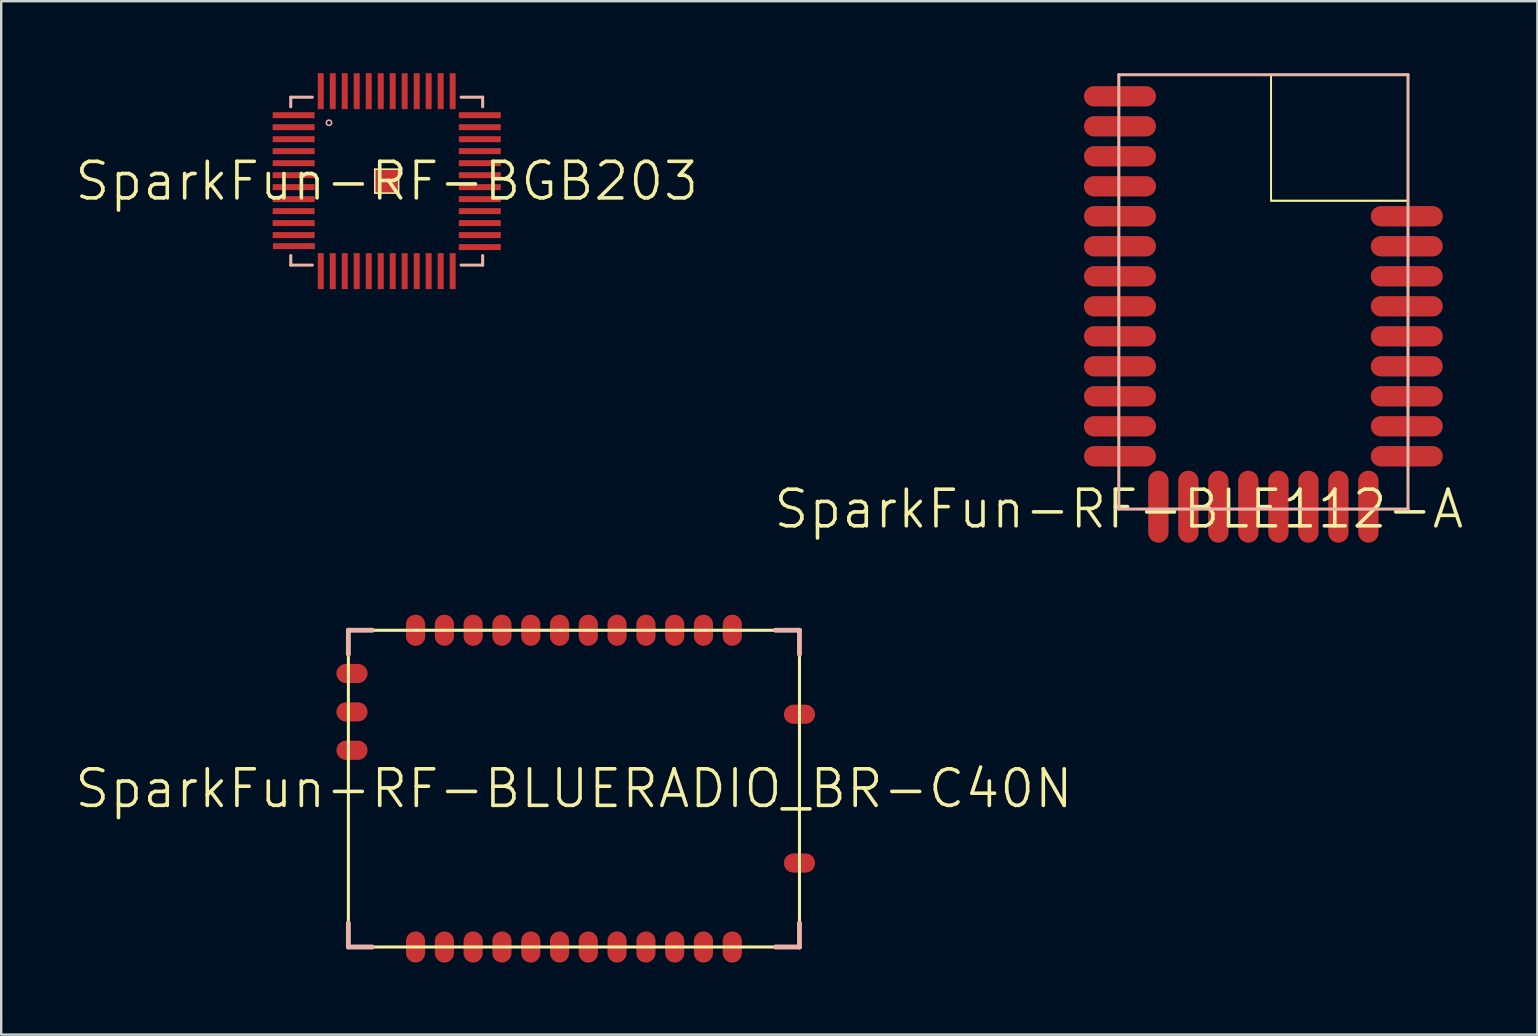
<source format=kicad_pcb>
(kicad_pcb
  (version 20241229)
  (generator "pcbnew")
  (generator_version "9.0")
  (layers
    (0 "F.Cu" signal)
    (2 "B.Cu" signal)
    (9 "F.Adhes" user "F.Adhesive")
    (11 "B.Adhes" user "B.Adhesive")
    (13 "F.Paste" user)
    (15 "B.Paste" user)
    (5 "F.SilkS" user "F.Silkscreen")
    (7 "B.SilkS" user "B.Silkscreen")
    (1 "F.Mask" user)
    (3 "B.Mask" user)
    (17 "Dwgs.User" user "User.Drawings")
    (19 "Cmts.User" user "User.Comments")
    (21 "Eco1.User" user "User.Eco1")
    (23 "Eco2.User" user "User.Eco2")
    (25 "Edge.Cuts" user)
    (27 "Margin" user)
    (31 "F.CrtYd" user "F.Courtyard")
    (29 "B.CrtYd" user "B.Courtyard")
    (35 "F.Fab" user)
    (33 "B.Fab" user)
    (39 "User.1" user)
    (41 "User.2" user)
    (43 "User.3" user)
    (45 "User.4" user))
  (footprint "SparkFun-RF-BGB203"
    (layer "F.Cu")
    (at 13.063 4.498)
    (property "Reference" "SparkFun-RF-BGB203" (at 0 0 0) (layer "F.SilkS") (effects (font (size 1.524 1.524) (thickness 0.15))))
    (attr smd)
    (fp_line (start -0.498 -0.498) (end 0.498 -0.498) (stroke (width 0.066) (type solid)) (layer "F.SilkS"))
    (fp_line (start -0.498 0.498) (end -0.498 -0.498) (stroke (width 0.066) (type solid)) (layer "F.SilkS"))
    (fp_line (start -0.498 0.498) (end 0.498 0.498) (stroke (width 0.066) (type solid)) (layer "F.SilkS"))
    (fp_line (start 0.498 0.498) (end 0.498 -0.498) (stroke (width 0.066) (type solid)) (layer "F.SilkS"))
    (fp_line (start -3.998 -3.498) (end -3.998 -3.099) (stroke (width 0.127) (type solid)) (layer "B.SilkS"))
    (fp_line (start -3.998 -3.498) (end -3.099 -3.498) (stroke (width 0.127) (type solid)) (layer "B.SilkS"))
    (fp_line (start -3.998 3.498) (end -3.998 3.099) (stroke (width 0.127) (type solid)) (layer "B.SilkS"))
    (fp_line (start -3.998 3.498) (end -3.099 3.498) (stroke (width 0.127) (type solid)) (layer "B.SilkS"))
    (fp_line (start 3.998 -3.498) (end 3.099 -3.498) (stroke (width 0.127) (type solid)) (layer "B.SilkS"))
    (fp_line (start 3.998 -3.498) (end 3.998 -3.099) (stroke (width 0.127) (type solid)) (layer "B.SilkS"))
    (fp_line (start 3.998 3.498) (end 3.099 3.498) (stroke (width 0.127) (type solid)) (layer "B.SilkS"))
    (fp_line (start 3.998 3.498) (end 3.998 3.099) (stroke (width 0.127) (type solid)) (layer "B.SilkS"))
    (fp_circle (center -2.405 -2.433) (end -2.484 -2.512) (stroke (width 0.064) (type solid)) (fill no) (layer "B.SilkS"))
    (pad "1" smd rect (at -3.879 -2.748 90) (size 0.249 1.748) (layers "F.Cu" "F.Mask" "F.Paste"))
    (pad "2" smd rect (at -3.879 -2.248 90) (size 0.249 1.748) (layers "F.Cu" "F.Mask" "F.Paste"))
    (pad "3" smd rect (at -3.879 -1.748 90) (size 0.249 1.748) (layers "F.Cu" "F.Mask" "F.Paste"))
    (pad "4" smd rect (at -3.879 -1.25 90) (size 0.249 1.748) (layers "F.Cu" "F.Mask" "F.Paste"))
    (pad "5" smd rect (at -3.879 -0.749 90) (size 0.249 1.748) (layers "F.Cu" "F.Mask" "F.Paste"))
    (pad "6" smd rect (at -3.879 -0.249 90) (size 0.249 1.748) (layers "F.Cu" "F.Mask" "F.Paste"))
    (pad "7" smd rect (at -3.879 0.249 90) (size 0.249 1.748) (layers "F.Cu" "F.Mask" "F.Paste"))
    (pad "8" smd rect (at -3.879 0.749 90) (size 0.249 1.748) (layers "F.Cu" "F.Mask" "F.Paste"))
    (pad "9" smd rect (at -3.879 1.25 90) (size 0.249 1.748) (layers "F.Cu" "F.Mask" "F.Paste"))
    (pad "10" smd rect (at -3.879 1.748 90) (size 0.249 1.748) (layers "F.Cu" "F.Mask" "F.Paste"))
    (pad "11" smd rect (at -3.879 2.248 90) (size 0.249 1.748) (layers "F.Cu" "F.Mask" "F.Paste"))
    (pad "12" smd rect (at -3.868 2.708 90) (size 0.249 1.748) (layers "F.Cu" "F.Mask" "F.Paste"))
    (pad "13" smd rect (at -2.748 3.749 180) (size 0.249 1.499) (layers "F.Cu" "F.Mask" "F.Paste"))
    (pad "14" smd rect (at -2.248 3.749 180) (size 0.249 1.499) (layers "F.Cu" "F.Mask" "F.Paste"))
    (pad "15" smd rect (at -1.748 3.749 180) (size 0.249 1.499) (layers "F.Cu" "F.Mask" "F.Paste"))
    (pad "16" smd rect (at -1.25 3.749 180) (size 0.249 1.499) (layers "F.Cu" "F.Mask" "F.Paste"))
    (pad "17" smd rect (at -0.749 3.749 180) (size 0.249 1.499) (layers "F.Cu" "F.Mask" "F.Paste"))
    (pad "18" smd rect (at -0.249 3.749 180) (size 0.249 1.499) (layers "F.Cu" "F.Mask" "F.Paste"))
    (pad "19" smd rect (at 0.249 3.749 180) (size 0.249 1.499) (layers "F.Cu" "F.Mask" "F.Paste"))
    (pad "20" smd rect (at 0.749 3.749 180) (size 0.249 1.499) (layers "F.Cu" "F.Mask" "F.Paste"))
    (pad "21" smd rect (at 1.25 3.749 180) (size 0.249 1.499) (layers "F.Cu" "F.Mask" "F.Paste"))
    (pad "22" smd rect (at 1.748 3.749 180) (size 0.249 1.499) (layers "F.Cu" "F.Mask" "F.Paste"))
    (pad "23" smd rect (at 2.248 3.749 180) (size 0.249 1.499) (layers "F.Cu" "F.Mask" "F.Paste"))
    (pad "24" smd rect (at 2.748 3.749 180) (size 0.249 1.499) (layers "F.Cu" "F.Mask" "F.Paste"))
    (pad "25" smd rect (at 3.879 2.748 90) (size 0.249 1.748) (layers "F.Cu" "F.Mask" "F.Paste"))
    (pad "26" smd rect (at 3.879 2.248 90) (size 0.249 1.748) (layers "F.Cu" "F.Mask" "F.Paste"))
    (pad "27" smd rect (at 3.879 1.748 90) (size 0.249 1.748) (layers "F.Cu" "F.Mask" "F.Paste"))
    (pad "28" smd rect (at 3.879 1.25 90) (size 0.249 1.748) (layers "F.Cu" "F.Mask" "F.Paste"))
    (pad "29" smd rect (at 3.879 0.749 90) (size 0.249 1.748) (layers "F.Cu" "F.Mask" "F.Paste"))
    (pad "30" smd rect (at 3.879 0.249 90) (size 0.249 1.748) (layers "F.Cu" "F.Mask" "F.Paste"))
    (pad "31" smd rect (at 3.879 -0.249 90) (size 0.249 1.748) (layers "F.Cu" "F.Mask" "F.Paste"))
    (pad "32" smd rect (at 3.879 -0.749 90) (size 0.249 1.748) (layers "F.Cu" "F.Mask" "F.Paste"))
    (pad "33" smd rect (at 3.879 -1.25 90) (size 0.249 1.748) (layers "F.Cu" "F.Mask" "F.Paste"))
    (pad "34" smd rect (at 3.879 -1.748 90) (size 0.249 1.748) (layers "F.Cu" "F.Mask" "F.Paste"))
    (pad "35" smd rect (at 3.879 -2.248 90) (size 0.249 1.748) (layers "F.Cu" "F.Mask" "F.Paste"))
    (pad "36" smd rect (at 3.879 -2.748 90) (size 0.249 1.748) (layers "F.Cu" "F.Mask" "F.Paste"))
    (pad "37" smd rect (at 2.748 -3.749 180) (size 0.249 1.499) (layers "F.Cu" "F.Mask" "F.Paste"))
    (pad "38" smd rect (at 2.248 -3.749 180) (size 0.249 1.499) (layers "F.Cu" "F.Mask" "F.Paste"))
    (pad "39" smd rect (at 1.748 -3.749 180) (size 0.249 1.499) (layers "F.Cu" "F.Mask" "F.Paste"))
    (pad "40" smd rect (at 1.25 -3.749 180) (size 0.249 1.499) (layers "F.Cu" "F.Mask" "F.Paste"))
    (pad "41" smd rect (at 0.749 -3.749 180) (size 0.249 1.499) (layers "F.Cu" "F.Mask" "F.Paste"))
    (pad "42" smd rect (at 0.249 -3.749 180) (size 0.249 1.499) (layers "F.Cu" "F.Mask" "F.Paste"))
    (pad "43" smd rect (at -0.249 -3.749 180) (size 0.249 1.499) (layers "F.Cu" "F.Mask" "F.Paste"))
    (pad "44" smd rect (at -0.749 -3.749 180) (size 0.249 1.499) (layers "F.Cu" "F.Mask" "F.Paste"))
    (pad "45" smd rect (at -1.25 -3.749 180) (size 0.249 1.499) (layers "F.Cu" "F.Mask" "F.Paste"))
    (pad "46" smd rect (at -1.748 -3.749 180) (size 0.249 1.499) (layers "F.Cu" "F.Mask" "F.Paste"))
    (pad "47" smd rect (at -2.248 -3.749 180) (size 0.249 1.499) (layers "F.Cu" "F.Mask" "F.Paste"))
    (pad "48" smd rect (at -2.748 -3.749 180) (size 0.249 1.499) (layers "F.Cu" "F.Mask" "F.Paste"))
    (pad "49" smd rect (at 0 0) (size 0.998 0.998) (layers "F.Cu" "F.Mask" "F.Paste")))
  (footprint "SparkFun-RF-BLUERADIO_BR-C40N"
    (layer "F.Cu")
    (at 20.864 29.81)
    (property "Reference" "SparkFun-RF-BLUERADIO_BR-C40N" (at 0 0 0) (layer "F.SilkS") (effects (font (size 1.524 1.524) (thickness 0.15))))
    (attr smd)
    (fp_line (start -9.398 -6.599) (end -9.398 6.599) (stroke (width 0.127) (type solid)) (layer "F.SilkS"))
    (fp_line (start -9.398 6.599) (end 9.398 6.599) (stroke (width 0.127) (type solid)) (layer "F.SilkS"))
    (fp_line (start 9.398 -6.599) (end -9.398 -6.599) (stroke (width 0.127) (type solid)) (layer "F.SilkS"))
    (fp_line (start 9.398 6.599) (end 9.398 -6.599) (stroke (width 0.127) (type solid)) (layer "F.SilkS"))
    (fp_line (start -9.398 -6.599) (end -9.398 -5.598) (stroke (width 0.203) (type solid)) (layer "B.SilkS"))
    (fp_line (start -9.398 -6.599) (end -8.4 -6.599) (stroke (width 0.203) (type solid)) (layer "B.SilkS"))
    (fp_line (start -9.398 6.599) (end -9.398 5.598) (stroke (width 0.203) (type solid)) (layer "B.SilkS"))
    (fp_line (start -8.4 6.599) (end -9.398 6.599) (stroke (width 0.203) (type solid)) (layer "B.SilkS"))
    (fp_line (start 9.398 -6.599) (end 8.4 -6.599) (stroke (width 0.203) (type solid)) (layer "B.SilkS"))
    (fp_line (start 9.398 -6.599) (end 9.398 -5.598) (stroke (width 0.203) (type solid)) (layer "B.SilkS"))
    (fp_line (start 9.398 6.599) (end 8.4 6.599) (stroke (width 0.203) (type solid)) (layer "B.SilkS"))
    (fp_line (start 9.398 6.599) (end 9.398 5.598) (stroke (width 0.203) (type solid)) (layer "B.SilkS"))
    (pad "1" smd oval (at -6.599 6.599) (size 0.798 1.298) (layers "F.Cu" "F.Mask" "F.Paste"))
    (pad "2" smd oval (at -5.397 6.599) (size 0.798 1.298) (layers "F.Cu" "F.Mask" "F.Paste"))
    (pad "3" smd oval (at -4.199 6.599) (size 0.798 1.298) (layers "F.Cu" "F.Mask" "F.Paste"))
    (pad "4" smd oval (at -3 6.599) (size 0.798 1.298) (layers "F.Cu" "F.Mask" "F.Paste"))
    (pad "5" smd oval (at -1.798 6.599) (size 0.798 1.298) (layers "F.Cu" "F.Mask" "F.Paste"))
    (pad "6" smd oval (at -0.599 6.599) (size 0.798 1.298) (layers "F.Cu" "F.Mask" "F.Paste"))
    (pad "7" smd oval (at 0.599 6.599) (size 0.798 1.298) (layers "F.Cu" "F.Mask" "F.Paste"))
    (pad "8" smd oval (at 1.798 6.599) (size 0.798 1.298) (layers "F.Cu" "F.Mask" "F.Paste"))
    (pad "9" smd oval (at 3 6.599) (size 0.798 1.298) (layers "F.Cu" "F.Mask" "F.Paste"))
    (pad "10" smd oval (at 4.199 6.599) (size 0.798 1.298) (layers "F.Cu" "F.Mask" "F.Paste"))
    (pad "11" smd oval (at 5.397 6.599) (size 0.798 1.298) (layers "F.Cu" "F.Mask" "F.Paste"))
    (pad "12" smd oval (at 6.599 6.599) (size 0.798 1.298) (layers "F.Cu" "F.Mask" "F.Paste"))
    (pad "13" smd oval (at 6.599 -6.599) (size 0.798 1.298) (layers "F.Cu" "F.Mask" "F.Paste"))
    (pad "14" smd oval (at 5.397 -6.599) (size 0.798 1.298) (layers "F.Cu" "F.Mask" "F.Paste"))
    (pad "15" smd oval (at 4.199 -6.599) (size 0.798 1.298) (layers "F.Cu" "F.Mask" "F.Paste"))
    (pad "16" smd oval (at 3 -6.599) (size 0.798 1.298) (layers "F.Cu" "F.Mask" "F.Paste"))
    (pad "17" smd oval (at 1.798 -6.599) (size 0.798 1.298) (layers "F.Cu" "F.Mask" "F.Paste"))
    (pad "18" smd oval (at 0.599 -6.599) (size 0.798 1.298) (layers "F.Cu" "F.Mask" "F.Paste"))
    (pad "19" smd oval (at -0.599 -6.599) (size 0.798 1.298) (layers "F.Cu" "F.Mask" "F.Paste"))
    (pad "20" smd oval (at -1.798 -6.599) (size 0.798 1.298) (layers "F.Cu" "F.Mask" "F.Paste"))
    (pad "21" smd oval (at -3 -6.599) (size 0.798 1.298) (layers "F.Cu" "F.Mask" "F.Paste"))
    (pad "22" smd oval (at -4.199 -6.599) (size 0.798 1.298) (layers "F.Cu" "F.Mask" "F.Paste"))
    (pad "23" smd oval (at -5.397 -6.599) (size 0.798 1.298) (layers "F.Cu" "F.Mask" "F.Paste"))
    (pad "24" smd oval (at -6.599 -6.599) (size 0.798 1.298) (layers "F.Cu" "F.Mask" "F.Paste"))
    (pad "25" smd oval (at -9.248 -4.798 90) (size 0.798 1.298) (layers "F.Cu" "F.Mask" "F.Paste"))
    (pad "26" smd oval (at -9.248 -3.198 90) (size 0.798 1.298) (layers "F.Cu" "F.Mask" "F.Paste"))
    (pad "27" smd oval (at -9.248 -1.598 90) (size 0.798 1.298) (layers "F.Cu" "F.Mask" "F.Paste"))
    (pad "28" smd oval (at 9.398 -3.099 90) (size 0.798 1.298) (layers "F.Cu" "F.Mask" "F.Paste"))
    (pad "29" smd oval (at 9.398 3.099 90) (size 0.798 1.298) (layers "F.Cu" "F.Mask" "F.Paste")))
  (footprint "SparkFun-RF-BLE112-A"
    (layer "F.Cu")
    (at 43.568 18.161)
    (property "Reference" "SparkFun-RF-BLE112-A" (at 0 0 0) (layer "F.SilkS") (effects (font (size 1.524 1.524) (thickness 0.15))))
    (attr smd)
    (fp_line (start 6.35 -18.098) (end 12.05 -18.098) (stroke (width 0.066) (type solid)) (layer "F.SilkS"))
    (fp_line (start 6.35 -18.098) (end 12.05 -18.098) (stroke (width 0.066) (type solid)) (layer "F.SilkS"))
    (fp_line (start 6.35 -18.098) (end 12.05 -18.098) (stroke (width 0.066) (type solid)) (layer "F.SilkS"))
    (fp_line (start 6.35 -12.85) (end 6.35 -18.098) (stroke (width 0.066) (type solid)) (layer "F.SilkS"))
    (fp_line (start 6.35 -12.85) (end 6.35 -18.098) (stroke (width 0.066) (type solid)) (layer "F.SilkS"))
    (fp_line (start 6.35 -12.85) (end 6.35 -18.098) (stroke (width 0.066) (type solid)) (layer "F.SilkS"))
    (fp_line (start 6.35 -12.85) (end 12.05 -12.85) (stroke (width 0.066) (type solid)) (layer "F.SilkS"))
    (fp_line (start 6.35 -12.85) (end 12.05 -12.85) (stroke (width 0.066) (type solid)) (layer "F.SilkS"))
    (fp_line (start 6.35 -12.85) (end 12.05 -12.85) (stroke (width 0.066) (type solid)) (layer "F.SilkS"))
    (fp_line (start 12.05 -12.85) (end 12.05 -18.098) (stroke (width 0.066) (type solid)) (layer "F.SilkS"))
    (fp_line (start 12.05 -12.85) (end 12.05 -18.098) (stroke (width 0.066) (type solid)) (layer "F.SilkS"))
    (fp_line (start 12.05 -12.85) (end 12.05 -18.098) (stroke (width 0.066) (type solid)) (layer "F.SilkS"))
    (fp_line (start 0 -18.098) (end 0 0) (stroke (width 0.127) (type solid)) (layer "B.SilkS"))
    (fp_line (start 0 0) (end 12.05 0) (stroke (width 0.127) (type solid)) (layer "B.SilkS"))
    (fp_line (start 12.05 -18.098) (end 0 -18.098) (stroke (width 0.127) (type solid)) (layer "B.SilkS"))
    (fp_line (start 12.05 0) (end 12.05 -18.098) (stroke (width 0.127) (type solid)) (layer "B.SilkS"))
    (pad "1" smd oval (at 0.048 -17.198) (size 3 0.848) (layers "F.Cu" "F.Mask" "F.Paste"))
    (pad "2" smd oval (at 0.048 -15.949) (size 3 0.848) (layers "F.Cu" "F.Mask" "F.Paste"))
    (pad "3" smd oval (at 0.048 -14.699) (size 3 0.848) (layers "F.Cu" "F.Mask" "F.Paste"))
    (pad "4" smd oval (at 0.048 -13.449) (size 3 0.848) (layers "F.Cu" "F.Mask" "F.Paste"))
    (pad "5" smd oval (at 0.048 -12.2) (size 3 0.848) (layers "F.Cu" "F.Mask" "F.Paste"))
    (pad "6" smd oval (at 0.048 -10.95) (size 3 0.848) (layers "F.Cu" "F.Mask" "F.Paste"))
    (pad "7" smd oval (at 0.048 -9.698) (size 3 0.848) (layers "F.Cu" "F.Mask" "F.Paste"))
    (pad "8" smd oval (at 0.048 -8.448) (size 3 0.848) (layers "F.Cu" "F.Mask" "F.Paste"))
    (pad "9" smd oval (at 0.048 -7.198) (size 3 0.848) (layers "F.Cu" "F.Mask" "F.Paste"))
    (pad "10" smd oval (at 0.048 -5.949) (size 3 0.848) (layers "F.Cu" "F.Mask" "F.Paste"))
    (pad "11" smd oval (at 0.048 -4.699) (size 3 0.848) (layers "F.Cu" "F.Mask" "F.Paste"))
    (pad "12" smd oval (at 0.048 -3.449) (size 3 0.848) (layers "F.Cu" "F.Mask" "F.Paste"))
    (pad "13" smd oval (at 0.048 -2.2) (size 3 0.848) (layers "F.Cu" "F.Mask" "F.Paste"))
    (pad "14" smd oval (at 1.648 -0.099 90) (size 3 0.848) (layers "F.Cu" "F.Mask" "F.Paste"))
    (pad "15" smd oval (at 2.898 -0.099 90) (size 3 0.848) (layers "F.Cu" "F.Mask" "F.Paste"))
    (pad "16" smd oval (at 4.148 -0.099 90) (size 3 0.848) (layers "F.Cu" "F.Mask" "F.Paste"))
    (pad "17" smd oval (at 5.397 -0.099 90) (size 3 0.848) (layers "F.Cu" "F.Mask" "F.Paste"))
    (pad "18" smd oval (at 6.65 -0.099 90) (size 3 0.848) (layers "F.Cu" "F.Mask" "F.Paste"))
    (pad "19" smd oval (at 7.899 -0.099 90) (size 3 0.848) (layers "F.Cu" "F.Mask" "F.Paste"))
    (pad "20" smd oval (at 9.149 -0.099 90) (size 3 0.848) (layers "F.Cu" "F.Mask" "F.Paste"))
    (pad "21" smd oval (at 10.399 -0.099 90) (size 3 0.848) (layers "F.Cu" "F.Mask" "F.Paste"))
    (pad "22" smd oval (at 11.999 -2.2) (size 3 0.848) (layers "F.Cu" "F.Mask" "F.Paste"))
    (pad "23" smd oval (at 11.999 -3.449) (size 3 0.848) (layers "F.Cu" "F.Mask" "F.Paste"))
    (pad "24" smd oval (at 11.999 -4.699) (size 3 0.848) (layers "F.Cu" "F.Mask" "F.Paste"))
    (pad "25" smd oval (at 11.999 -5.949) (size 3 0.848) (layers "F.Cu" "F.Mask" "F.Paste"))
    (pad "26" smd oval (at 11.999 -7.198) (size 3 0.848) (layers "F.Cu" "F.Mask" "F.Paste"))
    (pad "27" smd oval (at 11.999 -8.448) (size 3 0.848) (layers "F.Cu" "F.Mask" "F.Paste"))
    (pad "28" smd oval (at 11.999 -9.698) (size 3 0.848) (layers "F.Cu" "F.Mask" "F.Paste"))
    (pad "29" smd oval (at 11.999 -10.95) (size 3 0.848) (layers "F.Cu" "F.Mask" "F.Paste"))
    (pad "30" smd oval (at 11.999 -12.2) (size 3 0.848) (layers "F.Cu" "F.Mask" "F.Paste")))
  (gr_rect
    (start -3 -3)
    (end 61.009 40.058)
    (stroke (width 0.1) (type default))
    (fill no)
    (layer "Edge.Cuts")))
</source>
